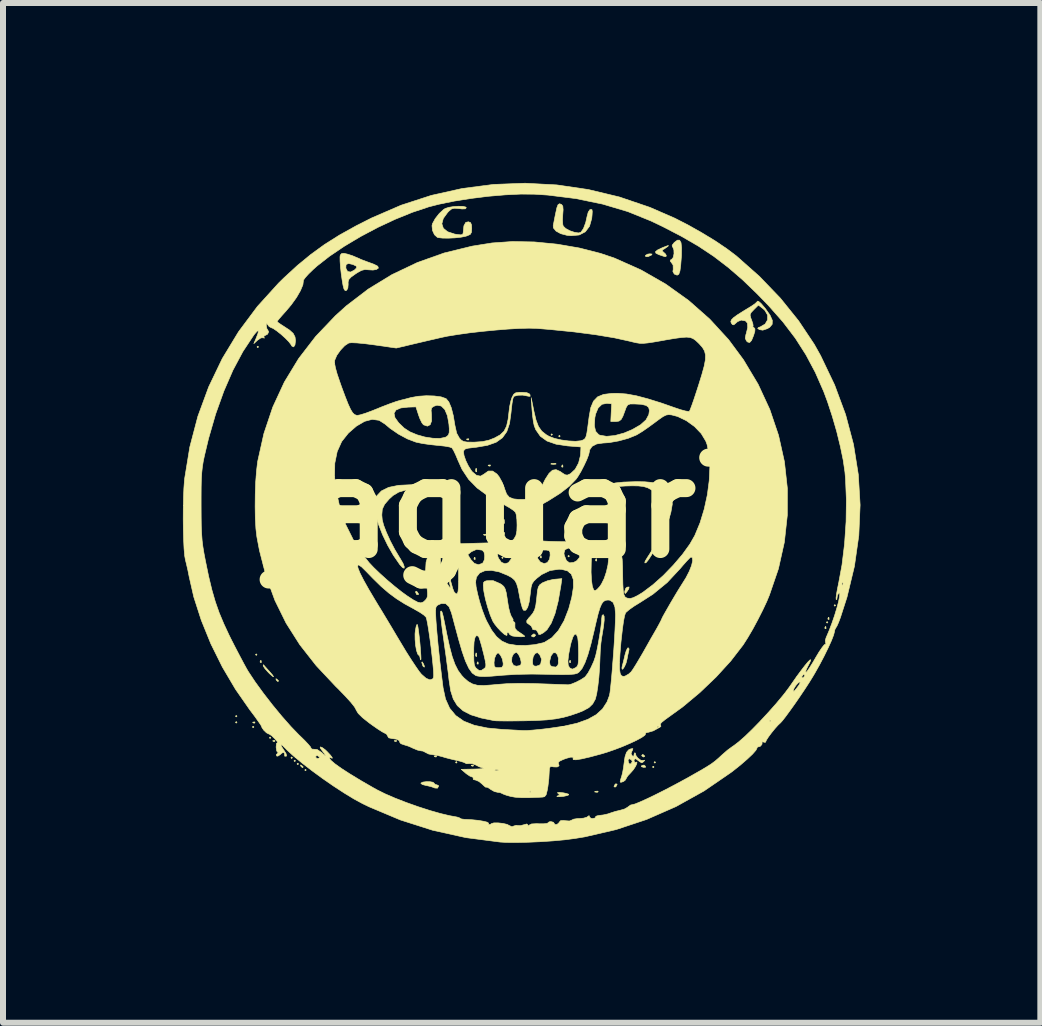
<source format=kicad_pcb>
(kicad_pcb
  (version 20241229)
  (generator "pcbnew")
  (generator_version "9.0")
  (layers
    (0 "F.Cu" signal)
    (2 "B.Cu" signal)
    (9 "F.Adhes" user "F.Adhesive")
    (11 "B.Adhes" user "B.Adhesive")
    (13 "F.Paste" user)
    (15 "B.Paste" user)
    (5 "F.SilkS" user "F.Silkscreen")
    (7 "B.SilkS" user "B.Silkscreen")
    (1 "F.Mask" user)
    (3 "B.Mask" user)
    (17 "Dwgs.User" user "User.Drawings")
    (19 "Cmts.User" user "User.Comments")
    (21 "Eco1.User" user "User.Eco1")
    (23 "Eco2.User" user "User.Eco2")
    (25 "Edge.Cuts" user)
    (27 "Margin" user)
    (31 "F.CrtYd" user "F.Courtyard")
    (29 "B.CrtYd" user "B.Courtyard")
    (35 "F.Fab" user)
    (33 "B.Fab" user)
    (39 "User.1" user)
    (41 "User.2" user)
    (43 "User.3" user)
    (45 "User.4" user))
  (footprint "jaguar3"
    (layer "F.Cu")
    (at 5.674 5.415)
    (property "Reference" "jaguar3" (at 0 0 0) (layer "F.SilkS") (effects (font (size 1.524 1.524) (thickness 0.3))))
    (attr through_hole)
    (fp_poly (pts (xy -4.772 3.476) (xy -4.785 3.489) (xy -4.798 3.476) (xy -4.785 3.464) (xy -4.772 3.476)) (stroke (width 0.01) (type solid)) (fill yes) (layer "F.SilkS"))
    (fp_poly (pts (xy -4.772 3.579) (xy -4.785 3.592) (xy -4.798 3.579) (xy -4.785 3.566) (xy -4.772 3.579)) (stroke (width 0.01) (type solid)) (fill yes) (layer "F.SilkS"))
    (fp_poly (pts (xy -4.49 3.656) (xy -4.503 3.669) (xy -4.516 3.656) (xy -4.503 3.643) (xy -4.49 3.656)) (stroke (width 0.01) (type solid)) (fill yes) (layer "F.SilkS"))
    (fp_poly (pts (xy -4.439 2.45) (xy -4.451 2.463) (xy -4.464 2.45) (xy -4.451 2.437) (xy -4.439 2.45)) (stroke (width 0.01) (type solid)) (fill yes) (layer "F.SilkS"))
    (fp_poly (pts (xy -4.413 -2.681) (xy -4.426 -2.668) (xy -4.439 -2.681) (xy -4.426 -2.694) (xy -4.413 -2.681)) (stroke (width 0.01) (type solid)) (fill yes) (layer "F.SilkS"))
    (fp_poly (pts (xy -4.208 3.836) (xy -4.221 3.848) (xy -4.233 3.836) (xy -4.221 3.823) (xy -4.208 3.836)) (stroke (width 0.01) (type solid)) (fill yes) (layer "F.SilkS"))
    (fp_poly (pts (xy -3.848 4.169) (xy -3.861 4.182) (xy -3.874 4.169) (xy -3.861 4.156) (xy -3.848 4.169)) (stroke (width 0.01) (type solid)) (fill yes) (layer "F.SilkS"))
    (fp_poly (pts (xy -3.797 4.221) (xy -3.81 4.233) (xy -3.823 4.221) (xy -3.81 4.208) (xy -3.797 4.221)) (stroke (width 0.01) (type solid)) (fill yes) (layer "F.SilkS"))
    (fp_poly (pts (xy -3.746 4.272) (xy -3.759 4.285) (xy -3.772 4.272) (xy -3.759 4.259) (xy -3.746 4.272)) (stroke (width 0.01) (type solid)) (fill yes) (layer "F.SilkS"))
    (fp_poly (pts (xy -3.618 4.374) (xy -3.63 4.387) (xy -3.643 4.374) (xy -3.63 4.362) (xy -3.618 4.374)) (stroke (width 0.01) (type solid)) (fill yes) (layer "F.SilkS"))
    (fp_poly (pts (xy -1.616 0.654) (xy -1.629 0.667) (xy -1.642 0.654) (xy -1.629 0.641) (xy -1.616 0.654)) (stroke (width 0.01) (type solid)) (fill yes) (layer "F.SilkS"))
    (fp_poly (pts (xy -1.103 4.246) (xy -1.116 4.259) (xy -1.129 4.246) (xy -1.116 4.233) (xy -1.103 4.246)) (stroke (width 0.01) (type solid)) (fill yes) (layer "F.SilkS"))
    (fp_poly (pts (xy -0.487 0.423) (xy -0.5 0.436) (xy -0.513 0.423) (xy -0.5 0.411) (xy -0.487 0.423)) (stroke (width 0.01) (type solid)) (fill yes) (layer "F.SilkS"))
    (fp_poly (pts (xy -0.334 0.834) (xy -0.346 0.847) (xy -0.359 0.834) (xy -0.346 0.821) (xy -0.334 0.834)) (stroke (width 0.01) (type solid)) (fill yes) (layer "F.SilkS"))
    (fp_poly (pts (xy 0.257 0.398) (xy 0.244 0.411) (xy 0.231 0.398) (xy 0.244 0.385) (xy 0.257 0.398)) (stroke (width 0.01) (type solid)) (fill yes) (layer "F.SilkS"))
    (fp_poly (pts (xy 0.487 -1.219) (xy 0.475 -1.206) (xy 0.462 -1.219) (xy 0.475 -1.232) (xy 0.487 -1.219)) (stroke (width 0.01) (type solid)) (fill yes) (layer "F.SilkS"))
    (fp_poly (pts (xy 0.616 -1.193) (xy 0.603 -1.18) (xy 0.59 -1.193) (xy 0.603 -1.206) (xy 0.616 -1.193)) (stroke (width 0.01) (type solid)) (fill yes) (layer "F.SilkS"))
    (fp_poly (pts (xy 0.77 0.808) (xy 0.757 0.821) (xy 0.744 0.808) (xy 0.757 0.795) (xy 0.77 0.808)) (stroke (width 0.01) (type solid)) (fill yes) (layer "F.SilkS"))
    (fp_poly (pts (xy 2.181 4.323) (xy 2.168 4.336) (xy 2.155 4.323) (xy 2.168 4.31) (xy 2.181 4.323)) (stroke (width 0.01) (type solid)) (fill yes) (layer "F.SilkS"))
    (fp_poly (pts (xy 2.206 4.246) (xy 2.194 4.259) (xy 2.181 4.246) (xy 2.194 4.233) (xy 2.206 4.246)) (stroke (width 0.01) (type solid)) (fill yes) (layer "F.SilkS"))
    (fp_poly (pts (xy 5.08 1.911) (xy 5.067 1.924) (xy 5.054 1.911) (xy 5.067 1.899) (xy 5.08 1.911)) (stroke (width 0.01) (type solid)) (fill yes) (layer "F.SilkS"))
    (fp_poly (pts (xy 5.208 1.629) (xy 5.195 1.642) (xy 5.183 1.629) (xy 5.195 1.616) (xy 5.208 1.629)) (stroke (width 0.01) (type solid)) (fill yes) (layer "F.SilkS"))
    (fp_poly (pts (xy -4.473 3.575) (xy -4.476 3.59) (xy -4.49 3.592) (xy -4.511 3.583) (xy -4.507 3.575) (xy -4.477 3.572) (xy -4.473 3.575)) (stroke (width 0.01) (type solid)) (fill yes) (layer "F.SilkS"))
    (fp_poly (pts (xy -4.37 2.549) (xy -4.367 2.579) (xy -4.37 2.583) (xy -4.385 2.579) (xy -4.387 2.566) (xy -4.378 2.545) (xy -4.37 2.549)) (stroke (width 0.01) (type solid)) (fill yes) (layer "F.SilkS"))
    (fp_poly (pts (xy -4.139 3.883) (xy -4.143 3.898) (xy -4.156 3.9) (xy -4.177 3.89) (xy -4.173 3.883) (xy -4.143 3.88) (xy -4.139 3.883)) (stroke (width 0.01) (type solid)) (fill yes) (layer "F.SilkS"))
    (fp_poly (pts (xy -2.112 3.883) (xy -2.116 3.898) (xy -2.129 3.9) (xy -2.151 3.89) (xy -2.147 3.883) (xy -2.116 3.88) (xy -2.112 3.883)) (stroke (width 0.01) (type solid)) (fill yes) (layer "F.SilkS"))
    (fp_poly (pts (xy -1.497 0.547) (xy -1.5 0.563) (xy -1.514 0.564) (xy -1.535 0.555) (xy -1.531 0.547) (xy -1.5 0.544) (xy -1.497 0.547)) (stroke (width 0.01) (type solid)) (fill yes) (layer "F.SilkS"))
    (fp_poly (pts (xy -1.445 4.139) (xy -1.449 4.155) (xy -1.462 4.156) (xy -1.484 4.147) (xy -1.48 4.139) (xy -1.449 4.136) (xy -1.445 4.139)) (stroke (width 0.01) (type solid)) (fill yes) (layer "F.SilkS"))
    (fp_poly (pts (xy -0.907 -1.146) (xy -0.91 -1.131) (xy -0.924 -1.129) (xy -0.945 -1.138) (xy -0.941 -1.146) (xy -0.91 -1.149) (xy -0.907 -1.146)) (stroke (width 0.01) (type solid)) (fill yes) (layer "F.SilkS"))
    (fp_poly (pts (xy -0.83 4.293) (xy -0.833 4.308) (xy -0.847 4.31) (xy -0.868 4.301) (xy -0.864 4.293) (xy -0.833 4.29) (xy -0.83 4.293)) (stroke (width 0.01) (type solid)) (fill yes) (layer "F.SilkS"))
    (fp_poly (pts (xy -0.804 0.83) (xy -0.801 0.86) (xy -0.804 0.864) (xy -0.819 0.86) (xy -0.821 0.847) (xy -0.812 0.826) (xy -0.804 0.83)) (stroke (width 0.01) (type solid)) (fill yes) (layer "F.SilkS"))
    (fp_poly (pts (xy -0.778 -0.646) (xy -0.775 -0.606) (xy -0.78 -0.597) (xy -0.792 -0.605) (xy -0.793 -0.631) (xy -0.787 -0.658) (xy -0.778 -0.646)) (stroke (width 0.01) (type solid)) (fill yes) (layer "F.SilkS"))
    (fp_poly (pts (xy -0.778 2.433) (xy -0.775 2.473) (xy -0.78 2.482) (xy -0.792 2.474) (xy -0.793 2.448) (xy -0.787 2.421) (xy -0.778 2.433)) (stroke (width 0.01) (type solid)) (fill yes) (layer "F.SilkS"))
    (fp_poly (pts (xy -0.753 2.574) (xy -0.75 2.605) (xy -0.753 2.608) (xy -0.768 2.605) (xy -0.77 2.591) (xy -0.76 2.57) (xy -0.753 2.574)) (stroke (width 0.01) (type solid)) (fill yes) (layer "F.SilkS"))
    (fp_poly (pts (xy -0.624 0.445) (xy -0.628 0.46) (xy -0.641 0.462) (xy -0.663 0.452) (xy -0.659 0.445) (xy -0.628 0.442) (xy -0.624 0.445)) (stroke (width 0.01) (type solid)) (fill yes) (layer "F.SilkS"))
    (fp_poly (pts (xy -0.547 -0.71) (xy -0.551 -0.695) (xy -0.564 -0.693) (xy -0.586 -0.702) (xy -0.582 -0.71) (xy -0.551 -0.713) (xy -0.547 -0.71)) (stroke (width 0.01) (type solid)) (fill yes) (layer "F.SilkS"))
    (fp_poly (pts (xy -0.317 0.199) (xy -0.313 0.251) (xy -0.317 0.263) (xy -0.326 0.266) (xy -0.329 0.231) (xy -0.325 0.194) (xy -0.317 0.199)) (stroke (width 0.01) (type solid)) (fill yes) (layer "F.SilkS"))
    (fp_poly (pts (xy 0.248 0.214) (xy 0.251 0.244) (xy 0.248 0.248) (xy 0.233 0.244) (xy 0.231 0.231) (xy 0.24 0.21) (xy 0.248 0.214)) (stroke (width 0.01) (type solid)) (fill yes) (layer "F.SilkS"))
    (fp_poly (pts (xy 0.299 0.804) (xy 0.302 0.834) (xy 0.299 0.838) (xy 0.284 0.835) (xy 0.282 0.821) (xy 0.292 0.8) (xy 0.299 0.804)) (stroke (width 0.01) (type solid)) (fill yes) (layer "F.SilkS"))
    (fp_poly (pts (xy 0.659 -0.71) (xy 0.662 -0.679) (xy 0.659 -0.676) (xy 0.643 -0.679) (xy 0.641 -0.693) (xy 0.651 -0.714) (xy 0.659 -0.71)) (stroke (width 0.01) (type solid)) (fill yes) (layer "F.SilkS"))
    (fp_poly (pts (xy 0.787 2.549) (xy 0.79 2.579) (xy 0.787 2.583) (xy 0.772 2.579) (xy 0.77 2.566) (xy 0.779 2.545) (xy 0.787 2.549)) (stroke (width 0.01) (type solid)) (fill yes) (layer "F.SilkS"))
    (fp_poly (pts (xy 1.223 0.855) (xy 1.226 0.886) (xy 1.223 0.889) (xy 1.208 0.886) (xy 1.206 0.872) (xy 1.215 0.851) (xy 1.223 0.855)) (stroke (width 0.01) (type solid)) (fill yes) (layer "F.SilkS"))
    (fp_poly (pts (xy 1.25 4.731) (xy 1.243 4.743) (xy 1.217 4.744) (xy 1.189 4.738) (xy 1.201 4.729) (xy 1.241 4.726) (xy 1.25 4.731)) (stroke (width 0.01) (type solid)) (fill yes) (layer "F.SilkS"))
    (fp_poly (pts (xy 1.481 0.523) (xy 1.473 0.535) (xy 1.447 0.537) (xy 1.42 0.53) (xy 1.432 0.521) (xy 1.472 0.518) (xy 1.481 0.523)) (stroke (width 0.01) (type solid)) (fill yes) (layer "F.SilkS"))
    (fp_poly (pts (xy 1.582 0.547) (xy 1.579 0.563) (xy 1.565 0.564) (xy 1.544 0.555) (xy 1.548 0.547) (xy 1.578 0.544) (xy 1.582 0.547)) (stroke (width 0.01) (type solid)) (fill yes) (layer "F.SilkS"))
    (fp_poly (pts (xy 5.046 1.984) (xy 5.049 2.015) (xy 5.046 2.018) (xy 5.031 2.015) (xy 5.029 2.001) (xy 5.038 1.98) (xy 5.046 1.984)) (stroke (width 0.01) (type solid)) (fill yes) (layer "F.SilkS"))
    (fp_poly (pts (xy 5.097 1.83) (xy 5.1 1.861) (xy 5.097 1.864) (xy 5.082 1.861) (xy 5.08 1.847) (xy 5.089 1.826) (xy 5.097 1.83)) (stroke (width 0.01) (type solid)) (fill yes) (layer "F.SilkS"))
    (fp_poly (pts (xy -4.109 2.858) (xy -4.081 2.884) (xy -4.087 2.899) (xy -4.091 2.899) (xy -4.112 2.881) (xy -4.12 2.87) (xy -4.123 2.852) (xy -4.109 2.858)) (stroke (width 0.01) (type solid)) (fill yes) (layer "F.SilkS"))
    (fp_poly (pts (xy -3.699 4.295) (xy -3.671 4.319) (xy -3.669 4.325) (xy -3.681 4.335) (xy -3.706 4.312) (xy -3.71 4.306) (xy -3.713 4.289) (xy -3.699 4.295)) (stroke (width 0.01) (type solid)) (fill yes) (layer "F.SilkS"))
    (fp_poly (pts (xy -1.665 2.6) (xy -1.648 2.642) (xy -1.649 2.658) (xy -1.667 2.649) (xy -1.677 2.629) (xy -1.692 2.58) (xy -1.686 2.57) (xy -1.665 2.6)) (stroke (width 0.01) (type solid)) (fill yes) (layer "F.SilkS"))
    (fp_poly (pts (xy 2.031 4.304) (xy 2.042 4.326) (xy 2.009 4.329) (xy 2.005 4.329) (xy 1.969 4.318) (xy 1.976 4.3) (xy 2.013 4.291) (xy 2.031 4.304)) (stroke (width 0.01) (type solid)) (fill yes) (layer "F.SilkS"))
    (fp_poly (pts (xy -1.766 1.406) (xy -1.746 1.438) (xy -1.748 1.449) (xy -1.775 1.448) (xy -1.779 1.445) (xy -1.796 1.406) (xy -1.796 1.402) (xy -1.783 1.392) (xy -1.766 1.406)) (stroke (width 0.01) (type solid)) (fill yes) (layer "F.SilkS"))
    (fp_poly (pts (xy -1.257 0.911) (xy -1.233 0.934) (xy -1.232 0.938) (xy -1.251 0.949) (xy -1.257 0.949) (xy -1.282 0.93) (xy -1.283 0.922) (xy -1.267 0.907) (xy -1.257 0.911)) (stroke (width 0.01) (type solid)) (fill yes) (layer "F.SilkS"))
    (fp_poly (pts (xy 0.205 2.123) (xy 0.205 2.129) (xy 0.184 2.152) (xy 0.165 2.155) (xy 0.139 2.143) (xy 0.141 2.129) (xy 0.174 2.105) (xy 0.181 2.104) (xy 0.205 2.123)) (stroke (width 0.01) (type solid)) (fill yes) (layer "F.SilkS"))
    (fp_poly (pts (xy 0.546 -0.735) (xy 0.547 -0.727) (xy 0.506 -0.723) (xy 0.5 -0.723) (xy 0.461 -0.727) (xy 0.464 -0.735) (xy 0.469 -0.736) (xy 0.525 -0.74) (xy 0.546 -0.735)) (stroke (width 0.01) (type solid)) (fill yes) (layer "F.SilkS"))
    (fp_poly (pts (xy 1.563 4.607) (xy 1.565 4.615) (xy 1.546 4.651) (xy 1.539 4.657) (xy 1.516 4.655) (xy 1.514 4.647) (xy 1.532 4.611) (xy 1.539 4.605) (xy 1.563 4.607)) (stroke (width 0.01) (type solid)) (fill yes) (layer "F.SilkS"))
    (fp_poly (pts (xy 1.659 0.606) (xy 1.655 0.616) (xy 1.632 0.64) (xy 1.628 0.641) (xy 1.617 0.622) (xy 1.616 0.616) (xy 1.636 0.591) (xy 1.644 0.59) (xy 1.659 0.606)) (stroke (width 0.01) (type solid)) (fill yes) (layer "F.SilkS"))
    (fp_poly (pts (xy 1.76 1.352) (xy 1.731 1.397) (xy 1.703 1.431) (xy 1.694 1.423) (xy 1.693 1.393) (xy 1.71 1.343) (xy 1.732 1.325) (xy 1.765 1.322) (xy 1.76 1.352)) (stroke (width 0.01) (type solid)) (fill yes) (layer "F.SilkS"))
    (fp_poly (pts (xy 2.001 4.118) (xy 2.026 4.141) (xy 2.027 4.145) (xy 2.007 4.156) (xy 2.001 4.156) (xy 1.977 4.137) (xy 1.976 4.129) (xy 1.991 4.114) (xy 2.001 4.118)) (stroke (width 0.01) (type solid)) (fill yes) (layer "F.SilkS"))
    (fp_poly (pts (xy -0.312 0.416) (xy -0.309 0.441) (xy -0.332 0.457) (xy -0.394 0.474) (xy -0.398 0.475) (xy -0.475 0.492) (xy -0.398 0.442) (xy -0.345 0.416) (xy -0.314 0.413) (xy -0.312 0.416)) (stroke (width 0.01) (type solid)) (fill yes) (layer "F.SilkS"))
    (fp_poly (pts (xy 2.148 -4.229) (xy 2.138 -4.213) (xy 2.129 -4.208) (xy 2.082 -4.187) (xy 2.045 -4.185) (xy 2.037 -4.203) (xy 2.04 -4.208) (xy 2.075 -4.228) (xy 2.112 -4.233) (xy 2.148 -4.229)) (stroke (width 0.01) (type solid)) (fill yes) (layer "F.SilkS"))
    (fp_poly (pts (xy -4.33 2.619) (xy -4.31 2.643) (xy -4.267 2.691) (xy -4.235 2.726) (xy -4.18 2.79) (xy -4.162 2.819) (xy -4.18 2.811) (xy -4.23 2.767) (xy -4.256 2.74) (xy -4.305 2.685) (xy -4.333 2.643) (xy -4.336 2.633) (xy -4.331 2.617) (xy -4.33 2.619)) (stroke (width 0.01) (type solid)) (fill yes) (layer "F.SilkS"))
    (fp_poly (pts (xy 0.669 4.754) (xy 0.717 4.764) (xy 0.759 4.778) (xy 0.755 4.79) (xy 0.73 4.8) (xy 0.667 4.814) (xy 0.603 4.819) (xy 0.561 4.815) (xy 0.567 4.807) (xy 0.575 4.805) (xy 0.606 4.791) (xy 0.59 4.772) (xy 0.587 4.77) (xy 0.57 4.752) (xy 0.599 4.747) (xy 0.603 4.747) (xy 0.669 4.754)) (stroke (width 0.01) (type solid)) (fill yes) (layer "F.SilkS"))
    (fp_poly (pts (xy 1.765 2.355) (xy 1.759 2.392) (xy 1.742 2.464) (xy 1.732 2.52) (xy 1.715 2.589) (xy 1.688 2.651) (xy 1.661 2.69) (xy 1.651 2.694) (xy 1.645 2.673) (xy 1.652 2.636) (xy 1.668 2.576) (xy 1.688 2.493) (xy 1.696 2.457) (xy 1.717 2.386) (xy 1.739 2.342) (xy 1.75 2.335) (xy 1.765 2.355)) (stroke (width 0.01) (type solid)) (fill yes) (layer "F.SilkS"))
    (fp_poly (pts (xy -1.553 4.569) (xy -1.504 4.578) (xy -1.488 4.593) (xy -1.467 4.615) (xy -1.45 4.618) (xy -1.415 4.631) (xy -1.411 4.642) (xy -1.429 4.676) (xy -1.474 4.674) (xy -1.488 4.668) (xy -1.538 4.65) (xy -1.611 4.633) (xy -1.623 4.631) (xy -1.681 4.616) (xy -1.706 4.597) (xy -1.705 4.591) (xy -1.673 4.575) (xy -1.616 4.568) (xy -1.553 4.569)) (stroke (width 0.01) (type solid)) (fill yes) (layer "F.SilkS"))
    (fp_poly (pts (xy 2.403 -4.35) (xy 2.402 -4.35) (xy 2.352 -4.315) (xy 2.325 -4.3) (xy 2.318 -4.28) (xy 2.341 -4.259) (xy 2.375 -4.227) (xy 2.387 -4.196) (xy 2.369 -4.185) (xy 2.367 -4.185) (xy 2.332 -4.195) (xy 2.271 -4.216) (xy 2.262 -4.219) (xy 2.213 -4.243) (xy 2.204 -4.267) (xy 2.238 -4.296) (xy 2.318 -4.334) (xy 2.348 -4.346) (xy 2.406 -4.368) (xy 2.423 -4.369) (xy 2.403 -4.35)) (stroke (width 0.01) (type solid)) (fill yes) (layer "F.SilkS"))
    (fp_poly (pts (xy -1.764 1.95) (xy -1.755 1.992) (xy -1.744 2.069) (xy -1.732 2.167) (xy -1.721 2.274) (xy -1.713 2.377) (xy -1.707 2.463) (xy -1.705 2.521) (xy -1.708 2.537) (xy -1.717 2.527) (xy -1.719 2.506) (xy -1.729 2.469) (xy -1.739 2.463) (xy -1.76 2.44) (xy -1.78 2.378) (xy -1.795 2.293) (xy -1.803 2.196) (xy -1.804 2.103) (xy -1.799 2.053) (xy -1.786 1.983) (xy -1.773 1.948) (xy -1.764 1.95)) (stroke (width 0.01) (type solid)) (fill yes) (layer "F.SilkS"))
    (fp_poly (pts (xy 2.607 -4.461) (xy 2.631 -4.419) (xy 2.64 -4.334) (xy 2.638 -4.203) (xy 2.626 -4.047) (xy 2.613 -3.947) (xy 2.594 -3.893) (xy 2.566 -3.877) (xy 2.523 -3.894) (xy 2.518 -3.897) (xy 2.495 -3.939) (xy 2.501 -3.975) (xy 2.499 -4.045) (xy 2.477 -4.078) (xy 2.45 -4.114) (xy 2.459 -4.133) (xy 2.475 -4.14) (xy 2.501 -4.173) (xy 2.514 -4.234) (xy 2.512 -4.298) (xy 2.494 -4.344) (xy 2.487 -4.35) (xy 2.483 -4.377) (xy 2.519 -4.423) (xy 2.571 -4.461) (xy 2.607 -4.461)) (stroke (width 0.01) (type solid)) (fill yes) (layer "F.SilkS"))
    (fp_poly (pts (xy 0.627 1.304) (xy 0.583 1.558) (xy 0.53 1.766) (xy 0.467 1.925) (xy 0.396 2.035) (xy 0.337 2.085) (xy 0.285 2.113) (xy 0.26 2.114) (xy 0.246 2.084) (xy 0.243 2.077) (xy 0.216 2.038) (xy 0.19 2.037) (xy 0.159 2.031) (xy 0.154 2.014) (xy 0.134 1.974) (xy 0.103 1.95) (xy 0.061 1.919) (xy 0.058 1.885) (xy 0.096 1.834) (xy 0.111 1.819) (xy 0.158 1.763) (xy 0.19 1.704) (xy 0.21 1.626) (xy 0.224 1.515) (xy 0.228 1.477) (xy 0.238 1.381) (xy 0.252 1.323) (xy 0.275 1.286) (xy 0.315 1.257) (xy 0.326 1.25) (xy 0.405 1.218) (xy 0.501 1.196) (xy 0.526 1.193) (xy 0.644 1.183) (xy 0.627 1.304)) (stroke (width 0.01) (type solid)) (fill yes) (layer "F.SilkS"))
    (fp_poly (pts (xy 0.64 -5.055) (xy 0.66 -5.026) (xy 0.665 -4.966) (xy 0.659 -4.886) (xy 0.655 -4.797) (xy 0.659 -4.725) (xy 0.667 -4.695) (xy 0.708 -4.655) (xy 0.776 -4.618) (xy 0.853 -4.592) (xy 0.921 -4.581) (xy 0.96 -4.591) (xy 1.004 -4.653) (xy 1.042 -4.755) (xy 1.064 -4.855) (xy 1.084 -4.929) (xy 1.113 -4.971) (xy 1.143 -4.971) (xy 1.146 -4.969) (xy 1.151 -4.938) (xy 1.147 -4.873) (xy 1.142 -4.823) (xy 1.105 -4.692) (xy 1.035 -4.6) (xy 0.933 -4.547) (xy 0.798 -4.535) (xy 0.731 -4.541) (xy 0.625 -4.569) (xy 0.547 -4.612) (xy 0.503 -4.665) (xy 0.5 -4.704) (xy 0.511 -4.76) (xy 0.527 -4.843) (xy 0.54 -4.906) (xy 0.561 -5.002) (xy 0.581 -5.053) (xy 0.606 -5.068) (xy 0.64 -5.055)) (stroke (width 0.01) (type solid)) (fill yes) (layer "F.SilkS"))
    (fp_poly (pts (xy -1.865 -0.383) (xy -1.702 -0.377) (xy -1.571 -0.364) (xy -1.476 -0.346) (xy -1.424 -0.324) (xy -1.417 -0.314) (xy -1.423 -0.299) (xy -1.456 -0.291) (xy -1.524 -0.291) (xy -1.636 -0.297) (xy -1.651 -0.298) (xy -1.828 -0.304) (xy -1.966 -0.292) (xy -2.076 -0.26) (xy -2.17 -0.204) (xy -2.235 -0.145) (xy -2.311 -0.057) (xy -2.35 0.025) (xy -2.358 0.121) (xy -2.351 0.201) (xy -2.328 0.291) (xy -2.282 0.411) (xy -2.219 0.549) (xy -2.144 0.693) (xy -2.063 0.829) (xy -2.049 0.851) (xy -2.004 0.929) (xy -1.984 0.983) (xy -1.986 1.009) (xy -2.01 1) (xy -2.056 0.951) (xy -2.061 0.944) (xy -2.165 0.793) (xy -2.261 0.625) (xy -2.345 0.451) (xy -2.412 0.281) (xy -2.459 0.124) (xy -2.482 -0.009) (xy -2.481 -0.084) (xy -2.444 -0.195) (xy -2.365 -0.279) (xy -2.244 -0.339) (xy -2.079 -0.373) (xy -1.87 -0.383) (xy -1.865 -0.383)) (stroke (width 0.01) (type solid)) (fill yes) (layer "F.SilkS"))
    (fp_poly (pts (xy -1.005 -5.024) (xy -0.959 -5.013) (xy -0.949 -5.002) (xy -0.966 -4.983) (xy -1.021 -4.981) (xy -1.067 -4.987) (xy -1.144 -4.993) (xy -1.194 -4.982) (xy -1.24 -4.944) (xy -1.26 -4.923) (xy -1.333 -4.823) (xy -1.357 -4.734) (xy -1.332 -4.659) (xy -1.261 -4.601) (xy -1.143 -4.562) (xy -1.11 -4.557) (xy -1.041 -4.549) (xy -1.01 -4.557) (xy -1.001 -4.584) (xy -1 -4.599) (xy -0.989 -4.701) (xy -0.958 -4.757) (xy -0.914 -4.767) (xy -0.878 -4.753) (xy -0.862 -4.714) (xy -0.859 -4.657) (xy -0.863 -4.592) (xy -0.884 -4.556) (xy -0.936 -4.533) (xy -0.962 -4.525) (xy -1.038 -4.51) (xy -1.138 -4.499) (xy -1.246 -4.494) (xy -1.344 -4.495) (xy -1.415 -4.503) (xy -1.431 -4.507) (xy -1.48 -4.551) (xy -1.513 -4.623) (xy -1.521 -4.702) (xy -1.513 -4.736) (xy -1.467 -4.82) (xy -1.4 -4.905) (xy -1.329 -4.971) (xy -1.3 -4.989) (xy -1.24 -5.008) (xy -1.161 -5.021) (xy -1.078 -5.026) (xy -1.005 -5.024)) (stroke (width 0.01) (type solid)) (fill yes) (layer "F.SilkS"))
    (fp_poly (pts (xy -2.931 -4.228) (xy -2.847 -4.201) (xy -2.772 -4.169) (xy -2.766 -4.167) (xy -2.7 -4.137) (xy -2.613 -4.104) (xy -2.574 -4.09) (xy -2.497 -4.062) (xy -2.441 -4.035) (xy -2.425 -4.025) (xy -2.415 -3.995) (xy -2.446 -3.973) (xy -2.505 -3.962) (xy -2.574 -3.966) (xy -2.639 -3.971) (xy -2.696 -3.957) (xy -2.767 -3.918) (xy -2.8 -3.896) (xy -2.871 -3.845) (xy -2.908 -3.805) (xy -2.92 -3.764) (xy -2.919 -3.723) (xy -2.924 -3.663) (xy -2.944 -3.625) (xy -2.969 -3.619) (xy -2.989 -3.648) (xy -3.005 -3.709) (xy -3.02 -3.799) (xy -3.035 -3.905) (xy -3.045 -3.996) (xy -2.958 -3.996) (xy -2.957 -3.992) (xy -2.929 -3.939) (xy -2.879 -3.929) (xy -2.816 -3.961) (xy -2.777 -3.999) (xy -2.784 -4.028) (xy -2.839 -4.055) (xy -2.839 -4.055) (xy -2.914 -4.072) (xy -2.954 -4.053) (xy -2.958 -3.996) (xy -3.045 -3.996) (xy -3.047 -4.014) (xy -3.054 -4.111) (xy -3.055 -4.182) (xy -3.05 -4.212) (xy -3.027 -4.238) (xy -2.988 -4.241) (xy -2.931 -4.228)) (stroke (width 0.01) (type solid)) (fill yes) (layer "F.SilkS"))
    (fp_poly (pts (xy -0.388 1.265) (xy -0.358 1.284) (xy -0.324 1.314) (xy -0.301 1.355) (xy -0.283 1.419) (xy -0.267 1.518) (xy -0.262 1.554) (xy -0.244 1.664) (xy -0.221 1.755) (xy -0.199 1.813) (xy -0.193 1.821) (xy -0.169 1.861) (xy -0.171 1.881) (xy -0.168 1.897) (xy -0.158 1.899) (xy -0.138 1.92) (xy -0.139 1.962) (xy -0.137 2.011) (xy -0.102 2.052) (xy -0.062 2.079) (xy -0.007 2.116) (xy 0.024 2.141) (xy 0.026 2.144) (xy 0.003 2.151) (xy -0.05 2.152) (xy -0.116 2.148) (xy -0.175 2.14) (xy -0.186 2.137) (xy -0.224 2.116) (xy -0.231 2.102) (xy -0.251 2.079) (xy -0.258 2.078) (xy -0.273 2.094) (xy -0.269 2.104) (xy -0.271 2.127) (xy -0.281 2.129) (xy -0.315 2.111) (xy -0.368 2.064) (xy -0.426 2.003) (xy -0.477 1.939) (xy -0.508 1.89) (xy -0.551 1.787) (xy -0.594 1.656) (xy -0.631 1.521) (xy -0.655 1.402) (xy -0.66 1.368) (xy -0.666 1.289) (xy -0.661 1.247) (xy -0.639 1.227) (xy -0.608 1.218) (xy -0.502 1.216) (xy -0.388 1.265)) (stroke (width 0.01) (type solid)) (fill yes) (layer "F.SilkS"))
    (fp_poly (pts (xy 2.024 -0.432) (xy 2.135 -0.422) (xy 2.242 -0.402) (xy 2.36 -0.369) (xy 2.404 -0.359) (xy 2.406 -0.372) (xy 2.386 -0.4) (xy 2.361 -0.433) (xy 2.371 -0.431) (xy 2.393 -0.413) (xy 2.424 -0.381) (xy 2.427 -0.366) (xy 2.429 -0.338) (xy 2.447 -0.282) (xy 2.452 -0.268) (xy 2.481 -0.168) (xy 2.485 -0.057) (xy 2.462 0.076) (xy 2.435 0.17) (xy 2.403 0.262) (xy 2.358 0.369) (xy 2.305 0.483) (xy 2.247 0.597) (xy 2.189 0.704) (xy 2.134 0.797) (xy 2.087 0.869) (xy 2.051 0.913) (xy 2.03 0.922) (xy 2.027 0.908) (xy 2.04 0.88) (xy 2.074 0.824) (xy 2.105 0.777) (xy 2.208 0.608) (xy 2.278 0.45) (xy 2.321 0.285) (xy 2.331 0.223) (xy 2.347 0.063) (xy 2.338 -0.06) (xy 2.301 -0.156) (xy 2.232 -0.234) (xy 2.137 -0.299) (xy 2.07 -0.334) (xy 2.003 -0.354) (xy 1.92 -0.363) (xy 1.82 -0.365) (xy 1.706 -0.362) (xy 1.597 -0.355) (xy 1.516 -0.347) (xy 1.511 -0.346) (xy 1.444 -0.338) (xy 1.416 -0.345) (xy 1.417 -0.363) (xy 1.452 -0.391) (xy 1.537 -0.413) (xy 1.67 -0.427) (xy 1.849 -0.433) (xy 1.886 -0.434) (xy 2.024 -0.432)) (stroke (width 0.01) (type solid)) (fill yes) (layer "F.SilkS"))
    (fp_poly (pts (xy 1.824 4.04) (xy 1.814 4.056) (xy 1.798 4.103) (xy 1.816 4.135) (xy 1.841 4.151) (xy 1.847 4.12) (xy 1.847 4.119) (xy 1.855 4.088) (xy 1.867 4.09) (xy 1.877 4.112) (xy 1.874 4.114) (xy 1.88 4.133) (xy 1.91 4.173) (xy 1.96 4.211) (xy 1.999 4.214) (xy 2.025 4.21) (xy 2.01 4.232) (xy 2.008 4.234) (xy 1.977 4.254) (xy 1.941 4.235) (xy 1.929 4.225) (xy 1.878 4.187) (xy 1.853 4.192) (xy 1.847 4.222) (xy 1.861 4.248) (xy 1.876 4.244) (xy 1.896 4.242) (xy 1.893 4.27) (xy 1.871 4.316) (xy 1.836 4.369) (xy 1.794 4.417) (xy 1.793 4.418) (xy 1.746 4.468) (xy 1.72 4.507) (xy 1.719 4.513) (xy 1.699 4.545) (xy 1.668 4.567) (xy 1.626 4.58) (xy 1.616 4.569) (xy 1.625 4.528) (xy 1.64 4.482) (xy 1.656 4.422) (xy 1.672 4.334) (xy 1.68 4.271) (xy 1.689 4.207) (xy 1.748 4.207) (xy 1.755 4.249) (xy 1.776 4.278) (xy 1.802 4.263) (xy 1.818 4.228) (xy 1.802 4.203) (xy 1.766 4.185) (xy 1.748 4.207) (xy 1.689 4.207) (xy 1.697 4.154) (xy 1.722 4.079) (xy 1.758 4.037) (xy 1.794 4.021) (xy 1.828 4.017) (xy 1.824 4.04)) (stroke (width 0.01) (type solid)) (fill yes) (layer "F.SilkS"))
    (fp_poly (pts (xy 3.925 -3.44) (xy 3.967 -3.403) (xy 4.022 -3.339) (xy 4.036 -3.322) (xy 4.115 -3.21) (xy 4.153 -3.124) (xy 4.151 -3.058) (xy 4.109 -3.008) (xy 4.07 -2.985) (xy 3.994 -2.96) (xy 3.939 -2.969) (xy 3.937 -2.97) (xy 3.909 -2.99) (xy 3.923 -3.005) (xy 3.953 -3.015) (xy 4.033 -3.062) (xy 4.074 -3.132) (xy 4.074 -3.212) (xy 4.03 -3.289) (xy 4 -3.317) (xy 3.921 -3.378) (xy 3.845 -3.302) (xy 3.798 -3.252) (xy 3.782 -3.214) (xy 3.794 -3.164) (xy 3.808 -3.127) (xy 3.829 -3.066) (xy 3.833 -3.031) (xy 3.829 -3.027) (xy 3.829 -3.016) (xy 3.844 -3.005) (xy 3.863 -2.983) (xy 3.862 -2.943) (xy 3.841 -2.872) (xy 3.807 -2.789) (xy 3.775 -2.754) (xy 3.74 -2.763) (xy 3.721 -2.782) (xy 3.702 -2.826) (xy 3.713 -2.888) (xy 3.718 -2.902) (xy 3.743 -3.005) (xy 3.738 -3.078) (xy 3.705 -3.115) (xy 3.634 -3.128) (xy 3.574 -3.103) (xy 3.55 -3.082) (xy 3.511 -3.049) (xy 3.488 -3.053) (xy 3.468 -3.081) (xy 3.461 -3.105) (xy 3.472 -3.133) (xy 3.507 -3.169) (xy 3.572 -3.216) (xy 3.672 -3.279) (xy 3.802 -3.358) (xy 3.863 -3.4) (xy 3.901 -3.436) (xy 3.906 -3.444) (xy 3.925 -3.44)) (stroke (width 0.01) (type solid)) (fill yes) (layer "F.SilkS"))
    (fp_poly (pts (xy -1.359 1.73) (xy -1.348 1.758) (xy -1.334 1.813) (xy -1.315 1.903) (xy -1.289 2.032) (xy -1.275 2.104) (xy -1.229 2.314) (xy -1.185 2.481) (xy -1.138 2.612) (xy -1.086 2.715) (xy -1.025 2.798) (xy -0.988 2.838) (xy -0.917 2.899) (xy -0.845 2.939) (xy -0.763 2.961) (xy -0.658 2.965) (xy -0.519 2.955) (xy -0.45 2.948) (xy -0.279 2.935) (xy -0.069 2.929) (xy 0.172 2.932) (xy 0.256 2.935) (xy 0.405 2.94) (xy 0.539 2.945) (xy 0.649 2.949) (xy 0.724 2.952) (xy 0.753 2.953) (xy 0.806 2.94) (xy 0.882 2.909) (xy 0.961 2.868) (xy 1.024 2.827) (xy 1.037 2.815) (xy 1.081 2.755) (xy 1.13 2.665) (xy 1.176 2.564) (xy 1.206 2.476) (xy 1.228 2.381) (xy 1.252 2.26) (xy 1.274 2.13) (xy 1.293 2.007) (xy 1.305 1.905) (xy 1.308 1.852) (xy 1.315 1.796) (xy 1.334 1.783) (xy 1.335 1.784) (xy 1.349 1.812) (xy 1.35 1.875) (xy 1.339 1.978) (xy 1.315 2.125) (xy 1.307 2.168) (xy 1.295 2.259) (xy 1.285 2.376) (xy 1.28 2.496) (xy 1.28 2.502) (xy 1.273 2.667) (xy 1.261 2.83) (xy 1.244 2.979) (xy 1.225 3.101) (xy 1.204 3.186) (xy 1.201 3.194) (xy 1.158 3.272) (xy 1.095 3.333) (xy 0.998 3.386) (xy 0.927 3.415) (xy 0.794 3.461) (xy 0.669 3.496) (xy 0.54 3.521) (xy 0.394 3.538) (xy 0.219 3.548) (xy 0.026 3.553) (xy -0.125 3.555) (xy -0.263 3.556) (xy -0.376 3.555) (xy -0.455 3.553) (xy -0.487 3.55) (xy -0.703 3.506) (xy -0.873 3.453) (xy -1.003 3.386) (xy -1.099 3.3) (xy -1.166 3.19) (xy -1.21 3.052) (xy -1.236 2.879) (xy -1.237 2.876) (xy -1.248 2.775) (xy -1.266 2.637) (xy -1.287 2.477) (xy -1.311 2.308) (xy -1.326 2.2) (xy -1.347 2.053) (xy -1.363 1.924) (xy -1.374 1.821) (xy -1.379 1.753) (xy -1.377 1.728) (xy -1.368 1.722) (xy -1.359 1.73)) (stroke (width 0.01) (type solid)) (fill yes) (layer "F.SilkS"))
    (fp_poly (pts (xy 0.559 -5.382) (xy 1.084 -5.305) (xy 1.602 -5.181) (xy 2.111 -5.008) (xy 2.527 -4.827) (xy 2.753 -4.711) (xy 2.981 -4.582) (xy 3.2 -4.449) (xy 3.395 -4.317) (xy 3.553 -4.198) (xy 3.939 -3.856) (xy 4.287 -3.494) (xy 4.592 -3.115) (xy 4.852 -2.725) (xy 4.958 -2.536) (xy 5.192 -2.046) (xy 5.375 -1.552) (xy 5.507 -1.054) (xy 5.587 -0.551) (xy 5.617 -0.045) (xy 5.595 0.464) (xy 5.522 0.977) (xy 5.398 1.492) (xy 5.288 1.833) (xy 5.257 1.915) (xy 5.23 1.975) (xy 5.214 2) (xy 5.195 2.035) (xy 5.19 2.065) (xy 5.175 2.123) (xy 5.139 2.216) (xy 5.085 2.335) (xy 5.018 2.472) (xy 4.942 2.617) (xy 4.861 2.761) (xy 4.829 2.815) (xy 4.77 2.911) (xy 4.696 3.025) (xy 4.614 3.147) (xy 4.53 3.269) (xy 4.449 3.382) (xy 4.378 3.479) (xy 4.322 3.551) (xy 4.287 3.59) (xy 4.284 3.592) (xy 4.247 3.627) (xy 4.196 3.684) (xy 4.14 3.753) (xy 4.09 3.82) (xy 4.055 3.874) (xy 4.043 3.903) (xy 4.043 3.903) (xy 4.035 3.914) (xy 4.01 3.908) (xy 3.98 3.903) (xy 3.982 3.911) (xy 3.982 3.942) (xy 3.957 3.975) (xy 3.925 3.988) (xy 3.919 3.985) (xy 3.901 3.994) (xy 3.9 4.004) (xy 3.88 4.044) (xy 3.823 4.109) (xy 3.735 4.192) (xy 3.622 4.29) (xy 3.489 4.396) (xy 3.459 4.418) (xy 3.016 4.722) (xy 2.547 4.983) (xy 2.057 5.198) (xy 1.548 5.367) (xy 1.026 5.488) (xy 0.862 5.515) (xy 0.694 5.537) (xy 0.499 5.555) (xy 0.29 5.569) (xy 0.082 5.578) (xy -0.113 5.582) (xy -0.282 5.581) (xy -0.385 5.575) (xy -0.956 5.501) (xy -1.51 5.378) (xy -2.049 5.206) (xy -2.572 4.986) (xy -2.681 4.933) (xy -2.823 4.856) (xy -2.987 4.756) (xy -3.165 4.64) (xy -3.347 4.514) (xy -3.524 4.384) (xy -3.688 4.257) (xy -3.81 4.156) (xy -3.464 4.156) (xy -3.443 4.179) (xy -3.424 4.182) (xy -3.397 4.17) (xy -3.399 4.156) (xy -3.432 4.132) (xy -3.439 4.131) (xy -3.463 4.15) (xy -3.464 4.156) (xy -3.81 4.156) (xy -3.83 4.14) (xy -3.94 4.039) (xy -3.98 3.998) (xy -4.023 3.956) (xy -4.04 3.954) (xy -4.028 3.986) (xy -3.993 4.039) (xy -3.955 4.099) (xy -3.946 4.137) (xy -3.951 4.143) (xy -3.977 4.143) (xy -3.98 4.1) (xy -3.98 4.099) (xy -3.991 4.08) (xy -4.023 4.09) (xy -4.054 4.118) (xy -4.091 4.142) (xy -4.111 4.14) (xy -4.117 4.116) (xy -4.101 4.102) (xy -4.084 4.083) (xy -4.092 4.08) (xy -4.11 4.057) (xy -4.119 4.001) (xy -4.12 3.991) (xy -4.114 3.931) (xy -4.096 3.917) (xy -4.094 3.918) (xy -4.093 3.911) (xy -4.12 3.877) (xy -4.142 3.852) (xy -4.194 3.802) (xy -4.236 3.774) (xy -4.245 3.772) (xy -4.281 3.753) (xy -4.325 3.711) (xy -4.356 3.667) (xy -4.362 3.649) (xy -4.376 3.622) (xy -4.417 3.563) (xy -4.476 3.48) (xy -4.549 3.383) (xy -4.557 3.373) (xy -4.797 3.028) (xy -5.016 2.657) (xy -5.208 2.27) (xy -5.368 1.876) (xy -5.493 1.488) (xy -5.569 1.155) (xy -5.591 1.045) (xy -5.616 0.936) (xy -5.632 0.872) (xy -5.645 0.8) (xy -5.655 0.686) (xy -5.662 0.541) (xy -5.667 0.373) (xy -5.669 0.193) (xy -5.668 0.01) (xy -5.664 -0.166) (xy -5.664 -0.176) (xy -5.371 -0.176) (xy -5.371 -0.038) (xy -5.37 0.156) (xy -5.368 0.311) (xy -5.362 0.437) (xy -5.354 0.547) (xy -5.341 0.651) (xy -5.323 0.76) (xy -5.299 0.885) (xy -5.245 1.147) (xy -5.191 1.371) (xy -5.134 1.568) (xy -5.069 1.753) (xy -4.992 1.937) (xy -4.9 2.134) (xy -4.87 2.194) (xy -4.797 2.337) (xy -4.725 2.474) (xy -4.661 2.595) (xy -4.61 2.688) (xy -4.584 2.732) (xy -4.47 2.904) (xy -4.332 3.094) (xy -4.18 3.29) (xy -4.024 3.479) (xy -3.873 3.65) (xy -3.738 3.79) (xy -3.723 3.804) (xy -3.645 3.88) (xy -3.584 3.945) (xy -3.547 3.989) (xy -3.541 4.003) (xy -3.526 4.025) (xy -3.521 4.025) (xy -3.436 4.032) (xy -3.356 4.085) (xy -3.343 4.099) (xy -3.306 4.132) (xy -3.297 4.131) (xy -3.315 4.1) (xy -3.356 4.047) (xy -3.356 4.047) (xy -3.386 4.004) (xy -3.382 3.988) (xy -3.352 3.999) (xy -3.303 4.035) (xy -3.273 4.063) (xy -3.215 4.125) (xy -3.185 4.165) (xy -3.185 4.179) (xy -3.207 4.169) (xy -3.23 4.167) (xy -3.232 4.174) (xy -3.208 4.211) (xy -3.141 4.269) (xy -3.035 4.345) (xy -2.891 4.438) (xy -2.714 4.546) (xy -2.506 4.666) (xy -2.432 4.707) (xy -2.303 4.771) (xy -2.139 4.842) (xy -1.951 4.915) (xy -1.754 4.985) (xy -1.559 5.048) (xy -1.38 5.099) (xy -1.229 5.135) (xy -1.174 5.145) (xy -1.103 5.158) (xy -1.059 5.173) (xy -1.052 5.179) (xy -1.029 5.19) (xy -0.973 5.197) (xy -0.956 5.197) (xy -0.852 5.203) (xy -0.75 5.213) (xy -0.663 5.228) (xy -0.602 5.243) (xy -0.578 5.259) (xy -0.578 5.261) (xy -0.577 5.282) (xy -0.551 5.282) (xy -0.529 5.267) (xy -0.489 5.255) (xy -0.42 5.255) (xy -0.34 5.264) (xy -0.27 5.28) (xy -0.233 5.299) (xy -0.188 5.32) (xy -0.165 5.31) (xy -0.116 5.295) (xy -0.097 5.299) (xy -0.047 5.301) (xy 0.008 5.287) (xy 0.06 5.273) (xy 0.077 5.288) (xy 0.077 5.292) (xy 0.083 5.311) (xy 0.098 5.293) (xy 0.138 5.273) (xy 0.224 5.268) (xy 0.264 5.27) (xy 0.343 5.27) (xy 0.396 5.264) (xy 0.411 5.256) (xy 0.432 5.238) (xy 0.462 5.234) (xy 0.504 5.245) (xy 0.513 5.26) (xy 0.53 5.283) (xy 0.565 5.28) (xy 0.596 5.253) (xy 0.6 5.244) (xy 0.625 5.217) (xy 0.677 5.215) (xy 0.704 5.219) (xy 0.77 5.224) (xy 0.807 5.21) (xy 0.808 5.209) (xy 0.841 5.193) (xy 0.906 5.183) (xy 0.933 5.183) (xy 1.008 5.176) (xy 1.063 5.159) (xy 1.072 5.152) (xy 1.098 5.134) (xy 1.103 5.152) (xy 1.125 5.177) (xy 1.155 5.183) (xy 1.196 5.174) (xy 1.206 5.161) (xy 1.21 5.147) (xy 1.231 5.138) (xy 1.281 5.129) (xy 1.334 5.123) (xy 1.41 5.106) (xy 1.462 5.088) (xy 1.533 5.065) (xy 1.616 5.045) (xy 1.62 5.044) (xy 1.691 5.023) (xy 1.741 4.994) (xy 1.745 4.99) (xy 1.791 4.957) (xy 1.816 4.952) (xy 1.864 4.94) (xy 1.95 4.905) (xy 2.067 4.852) (xy 2.21 4.783) (xy 2.371 4.702) (xy 2.544 4.611) (xy 2.723 4.514) (xy 2.829 4.454) (xy 2.963 4.378) (xy 3.062 4.319) (xy 3.137 4.271) (xy 3.199 4.225) (xy 3.257 4.175) (xy 3.323 4.114) (xy 3.326 4.112) (xy 3.405 4.043) (xy 3.492 3.979) (xy 3.511 3.967) (xy 3.592 3.905) (xy 3.698 3.812) (xy 3.821 3.693) (xy 3.953 3.558) (xy 3.957 3.553) (xy 4.105 3.553) (xy 4.118 3.566) (xy 4.131 3.553) (xy 4.118 3.541) (xy 4.105 3.553) (xy 3.957 3.553) (xy 4.086 3.414) (xy 4.215 3.269) (xy 4.33 3.131) (xy 4.381 3.066) (xy 4.502 3.066) (xy 4.517 3.059) (xy 4.555 3.015) (xy 4.596 2.959) (xy 4.617 2.92) (xy 4.618 2.914) (xy 4.606 2.906) (xy 4.577 2.928) (xy 4.543 2.968) (xy 4.515 3.013) (xy 4.507 3.036) (xy 4.502 3.066) (xy 4.381 3.066) (xy 4.425 3.007) (xy 4.459 2.959) (xy 4.546 2.834) (xy 4.552 2.825) (xy 4.644 2.825) (xy 4.66 2.839) (xy 4.669 2.835) (xy 4.694 2.801) (xy 4.695 2.794) (xy 4.679 2.78) (xy 4.669 2.784) (xy 4.645 2.818) (xy 4.644 2.825) (xy 4.552 2.825) (xy 4.625 2.726) (xy 4.692 2.638) (xy 4.745 2.574) (xy 4.781 2.538) (xy 4.795 2.536) (xy 4.783 2.569) (xy 4.774 2.589) (xy 4.739 2.657) (xy 4.721 2.694) (xy 4.708 2.734) (xy 4.716 2.745) (xy 4.736 2.724) (xy 4.775 2.667) (xy 4.827 2.584) (xy 4.874 2.503) (xy 4.932 2.406) (xy 4.983 2.331) (xy 5.02 2.285) (xy 5.037 2.276) (xy 5.05 2.274) (xy 5.042 2.259) (xy 5.037 2.213) (xy 5.048 2.172) (xy 5.098 2.054) (xy 5.147 1.926) (xy 5.191 1.798) (xy 5.228 1.676) (xy 5.257 1.57) (xy 5.274 1.486) (xy 5.278 1.434) (xy 5.266 1.42) (xy 5.263 1.422) (xy 5.239 1.46) (xy 5.234 1.494) (xy 5.228 1.53) (xy 5.218 1.532) (xy 5.216 1.501) (xy 5.225 1.433) (xy 5.242 1.338) (xy 5.255 1.277) (xy 5.257 1.268) (xy 5.313 1.268) (xy 5.318 1.301) (xy 5.326 1.302) (xy 5.333 1.267) (xy 5.328 1.252) (xy 5.317 1.243) (xy 5.313 1.268) (xy 5.257 1.268) (xy 5.315 0.954) (xy 5.358 0.6) (xy 5.383 0.232) (xy 5.388 -0.132) (xy 5.374 -0.473) (xy 5.364 -0.594) (xy 5.335 -0.793) (xy 5.287 -1.024) (xy 5.226 -1.273) (xy 5.153 -1.524) (xy 5.074 -1.765) (xy 5.01 -1.937) (xy 4.87 -2.256) (xy 4.714 -2.549) (xy 4.537 -2.826) (xy 4.33 -3.098) (xy 4.087 -3.373) (xy 3.9 -3.566) (xy 3.656 -3.801) (xy 3.417 -4.007) (xy 3.175 -4.192) (xy 2.919 -4.362) (xy 2.638 -4.525) (xy 2.324 -4.688) (xy 2.129 -4.781) (xy 1.744 -4.937) (xy 1.324 -5.062) (xy 0.878 -5.154) (xy 0.414 -5.212) (xy 0.19 -5.227) (xy -0.039 -5.229) (xy -0.302 -5.216) (xy -0.585 -5.192) (xy -0.872 -5.156) (xy -1.15 -5.112) (xy -1.404 -5.06) (xy -1.576 -5.016) (xy -1.849 -4.925) (xy -2.137 -4.808) (xy -2.43 -4.671) (xy -2.716 -4.519) (xy -2.987 -4.357) (xy -3.231 -4.192) (xy -3.439 -4.029) (xy -3.505 -3.97) (xy -3.579 -3.898) (xy -3.634 -3.837) (xy -3.663 -3.796) (xy -3.665 -3.787) (xy -3.674 -3.716) (xy -3.715 -3.618) (xy -3.781 -3.504) (xy -3.868 -3.383) (xy -3.951 -3.284) (xy -4.019 -3.208) (xy -4.072 -3.147) (xy -4.101 -3.11) (xy -4.104 -3.104) (xy -4.084 -3.085) (xy -4.033 -3.05) (xy -3.997 -3.027) (xy -3.896 -2.961) (xy -3.835 -2.905) (xy -3.805 -2.847) (xy -3.797 -2.785) (xy -3.806 -2.713) (xy -3.828 -2.681) (xy -3.857 -2.694) (xy -3.876 -2.725) (xy -3.909 -2.768) (xy -3.967 -2.827) (xy -4.038 -2.891) (xy -4.11 -2.948) (xy -4.17 -2.989) (xy -4.203 -3.002) (xy -4.237 -3.021) (xy -4.257 -3.047) (xy -4.277 -3.075) (xy -4.283 -3.057) (xy -4.284 -3.035) (xy -4.274 -2.984) (xy -4.26 -2.964) (xy -4.245 -2.932) (xy -4.262 -2.894) (xy -4.298 -2.874) (xy -4.302 -2.874) (xy -4.325 -2.859) (xy -4.321 -2.844) (xy -4.318 -2.826) (xy -4.334 -2.834) (xy -4.374 -2.831) (xy -4.428 -2.794) (xy -4.429 -2.794) (xy -4.492 -2.735) (xy -4.452 -2.829) (xy -4.421 -2.911) (xy -4.416 -2.95) (xy -4.436 -2.944) (xy -4.481 -2.893) (xy -4.497 -2.871) (xy -4.674 -2.604) (xy -4.84 -2.293) (xy -4.992 -1.943) (xy -5.129 -1.561) (xy -5.247 -1.153) (xy -5.316 -0.864) (xy -5.336 -0.768) (xy -5.35 -0.678) (xy -5.36 -0.584) (xy -5.367 -0.476) (xy -5.37 -0.343) (xy -5.371 -0.176) (xy -5.664 -0.176) (xy -5.658 -0.325) (xy -5.648 -0.458) (xy -5.645 -0.487) (xy -5.559 -1.013) (xy -5.425 -1.523) (xy -5.244 -2.015) (xy -5.018 -2.486) (xy -4.747 -2.933) (xy -4.433 -3.354) (xy -4.077 -3.747) (xy -3.991 -3.831) (xy -3.765 -4.039) (xy -3.542 -4.222) (xy -3.312 -4.389) (xy -3.063 -4.546) (xy -2.784 -4.701) (xy -2.527 -4.831) (xy -2.037 -5.043) (xy -1.533 -5.207) (xy -1.018 -5.322) (xy -0.495 -5.39) (xy 0.032 -5.41) (xy 0.559 -5.382)) (stroke (width 0.01) (type solid)) (fill yes) (layer "F.SilkS"))
    (fp_poly (pts (xy 0.187 -4.431) (xy 0.564 -4.394) (xy 0.936 -4.33) (xy 1.289 -4.24) (xy 1.527 -4.159) (xy 1.964 -3.964) (xy 2.376 -3.728) (xy 2.759 -3.454) (xy 3.11 -3.144) (xy 3.424 -2.802) (xy 3.673 -2.465) (xy 3.916 -2.059) (xy 4.111 -1.638) (xy 4.257 -1.206) (xy 4.355 -0.766) (xy 4.404 -0.321) (xy 4.403 0.127) (xy 4.354 0.574) (xy 4.255 1.018) (xy 4.105 1.456) (xy 4.06 1.565) (xy 3.994 1.705) (xy 3.914 1.863) (xy 3.828 2.023) (xy 3.743 2.168) (xy 3.669 2.284) (xy 3.662 2.294) (xy 3.459 2.557) (xy 3.216 2.823) (xy 2.945 3.082) (xy 2.655 3.324) (xy 2.357 3.539) (xy 2.356 3.541) (xy 2.304 3.582) (xy 2.284 3.613) (xy 2.288 3.62) (xy 2.296 3.644) (xy 2.28 3.659) (xy 2.17 3.72) (xy 2.085 3.745) (xy 2.074 3.746) (xy 2.04 3.756) (xy 2.04 3.772) (xy 2.027 3.795) (xy 1.974 3.832) (xy 1.889 3.878) (xy 1.78 3.929) (xy 1.656 3.982) (xy 1.526 4.032) (xy 1.396 4.077) (xy 1.306 4.104) (xy 1.117 4.155) (xy 0.975 4.188) (xy 0.881 4.203) (xy 0.834 4.201) (xy 0.831 4.186) (xy 0.832 4.161) (xy 0.791 4.159) (xy 0.716 4.18) (xy 0.667 4.198) (xy 0.603 4.228) (xy 0.582 4.254) (xy 0.59 4.272) (xy 0.598 4.304) (xy 0.567 4.323) (xy 0.508 4.322) (xy 0.49 4.318) (xy 0.453 4.316) (xy 0.438 4.343) (xy 0.434 4.391) (xy 0.427 4.52) (xy 0.412 4.645) (xy 0.4 4.714) (xy 0.382 4.786) (xy 0.356 4.818) (xy 0.325 4.825) (xy 0.272 4.828) (xy 0.186 4.831) (xy 0.09 4.835) (xy -0.023 4.835) (xy -0.136 4.827) (xy -0.21 4.814) (xy -0.284 4.793) (xy -0.337 4.773) (xy -0.349 4.766) (xy -0.387 4.75) (xy -0.424 4.746) (xy -0.473 4.734) (xy 0.103 4.734) (xy 0.115 4.746) (xy 0.128 4.734) (xy 0.115 4.721) (xy 0.103 4.734) (xy -0.473 4.734) (xy -0.484 4.731) (xy -0.548 4.694) (xy -0.548 4.693) (xy -0.593 4.663) (xy -0.615 4.659) (xy -0.616 4.661) (xy -0.631 4.658) (xy -0.668 4.625) (xy -0.681 4.612) (xy -0.738 4.565) (xy -0.791 4.542) (xy -0.798 4.541) (xy -0.833 4.531) (xy -0.834 4.516) (xy -0.838 4.493) (xy -0.852 4.49) (xy -0.892 4.474) (xy -0.948 4.436) (xy -0.96 4.426) (xy -1.012 4.381) (xy -0.476 4.381) (xy -0.451 4.385) (xy -0.418 4.381) (xy -0.417 4.372) (xy -0.452 4.366) (xy -0.467 4.37) (xy -0.476 4.381) (xy -1.012 4.381) (xy -1.034 4.362) (xy -0.819 4.358) (xy -0.73 4.355) (xy -0.673 4.351) (xy -0.657 4.346) (xy -0.665 4.343) (xy -0.736 4.319) (xy -0.787 4.292) (xy -0.85 4.267) (xy -0.898 4.266) (xy -0.944 4.269) (xy -0.961 4.261) (xy -0.99 4.246) (xy -1.055 4.226) (xy -1.121 4.211) (xy -1.218 4.188) (xy -1.306 4.165) (xy -1.347 4.152) (xy -1.432 4.13) (xy -1.508 4.119) (xy -1.576 4.107) (xy -1.622 4.084) (xy -1.622 4.084) (xy -1.672 4.058) (xy -1.705 4.054) (xy -1.764 4.041) (xy -1.833 4.012) (xy -1.834 4.012) (xy -1.914 3.976) (xy -1.988 3.953) (xy -2.039 3.935) (xy -2.057 3.915) (xy -2.057 3.914) (xy -2.067 3.883) (xy -2.115 3.859) (xy -2.187 3.849) (xy -2.187 3.849) (xy -2.243 3.837) (xy -2.258 3.812) (xy -2.279 3.775) (xy -2.309 3.759) (xy -2.351 3.737) (xy -2.423 3.691) (xy -2.511 3.63) (xy -2.565 3.591) (xy -2.679 3.501) (xy -2.751 3.43) (xy -2.785 3.375) (xy -2.787 3.368) (xy -2.813 3.321) (xy -2.874 3.244) (xy -2.967 3.142) (xy -3.088 3.017) (xy -3.13 2.976) (xy -3.452 2.633) (xy -3.725 2.285) (xy -3.954 1.924) (xy -4.14 1.546) (xy -4.287 1.144) (xy -4.334 0.962) (xy -2.762 0.962) (xy -2.755 1.007) (xy -2.721 1.091) (xy -2.66 1.211) (xy -2.573 1.366) (xy -2.46 1.556) (xy -2.416 1.629) (xy -2.36 1.72) (xy -2.286 1.843) (xy -2.2 1.986) (xy -2.11 2.138) (xy -2.038 2.258) (xy -1.954 2.398) (xy -1.871 2.529) (xy -1.796 2.642) (xy -1.736 2.729) (xy -1.697 2.777) (xy -1.619 2.845) (xy -1.555 2.871) (xy -1.51 2.855) (xy -1.496 2.832) (xy -1.493 2.791) (xy -1.497 2.71) (xy -1.507 2.599) (xy -1.521 2.467) (xy -1.537 2.326) (xy -1.556 2.184) (xy -1.575 2.053) (xy -1.593 1.942) (xy -1.609 1.862) (xy -1.621 1.824) (xy -1.657 1.79) (xy -1.699 1.761) (xy -1.461 1.761) (xy -1.456 1.865) (xy -1.453 1.908) (xy -1.439 2.081) (xy -1.419 2.295) (xy -1.393 2.538) (xy -1.362 2.799) (xy -1.336 3.005) (xy -1.296 3.19) (xy -1.227 3.343) (xy -1.126 3.465) (xy -0.99 3.56) (xy -0.815 3.628) (xy -0.599 3.673) (xy -0.359 3.696) (xy -0.233 3.703) (xy -0.119 3.709) (xy -0.031 3.714) (xy 0.013 3.716) (xy 0.068 3.715) (xy 0.161 3.708) (xy 0.279 3.697) (xy 0.409 3.682) (xy 0.411 3.682) (xy 0.589 3.656) (xy 2.232 3.656) (xy 2.245 3.669) (xy 2.258 3.656) (xy 2.245 3.643) (xy 2.232 3.656) (xy 0.589 3.656) (xy 0.678 3.643) (xy 0.899 3.593) (xy 1.077 3.529) (xy 1.217 3.451) (xy 1.322 3.355) (xy 1.397 3.239) (xy 1.437 3.133) (xy 1.447 3.081) (xy 1.458 2.986) (xy 1.471 2.858) (xy 1.484 2.706) (xy 1.493 2.586) (xy 1.605 2.586) (xy 1.606 2.693) (xy 1.616 2.762) (xy 1.636 2.801) (xy 1.667 2.813) (xy 1.698 2.808) (xy 1.758 2.774) (xy 1.8 2.736) (xy 1.831 2.692) (xy 1.88 2.614) (xy 1.939 2.515) (xy 1.992 2.425) (xy 2.061 2.303) (xy 2.13 2.18) (xy 2.192 2.073) (xy 2.223 2.019) (xy 2.266 1.941) (xy 2.297 1.882) (xy 2.309 1.855) (xy 2.321 1.828) (xy 2.354 1.768) (xy 2.402 1.684) (xy 2.457 1.588) (xy 2.516 1.488) (xy 2.571 1.396) (xy 2.617 1.322) (xy 2.643 1.281) (xy 2.713 1.169) (xy 2.769 1.06) (xy 2.807 0.963) (xy 2.825 0.885) (xy 2.82 0.835) (xy 2.797 0.821) (xy 2.774 0.84) (xy 2.726 0.89) (xy 2.662 0.962) (xy 2.617 1.015) (xy 2.4 1.248) (xy 2.162 1.443) (xy 1.947 1.581) (xy 1.851 1.64) (xy 1.771 1.696) (xy 1.718 1.741) (xy 1.706 1.754) (xy 1.69 1.801) (xy 1.672 1.893) (xy 1.654 2.023) (xy 1.636 2.183) (xy 1.629 2.246) (xy 1.613 2.439) (xy 1.605 2.586) (xy 1.493 2.586) (xy 1.497 2.539) (xy 1.51 2.366) (xy 1.521 2.195) (xy 1.53 2.037) (xy 1.536 1.9) (xy 1.539 1.794) (xy 1.539 1.779) (xy 1.529 1.657) (xy 1.499 1.579) (xy 1.446 1.543) (xy 1.414 1.539) (xy 1.373 1.544) (xy 1.338 1.564) (xy 1.308 1.603) (xy 1.279 1.67) (xy 1.249 1.769) (xy 1.215 1.908) (xy 1.183 2.047) (xy 1.129 2.272) (xy 1.078 2.451) (xy 1.029 2.586) (xy 0.98 2.682) (xy 0.929 2.742) (xy 0.899 2.762) (xy 0.852 2.774) (xy 0.769 2.781) (xy 0.644 2.783) (xy 0.474 2.78) (xy 0.407 2.778) (xy 0.142 2.774) (xy -0.118 2.779) (xy -0.352 2.794) (xy -0.372 2.796) (xy -0.526 2.809) (xy -0.638 2.815) (xy -0.717 2.813) (xy -0.771 2.805) (xy -0.792 2.798) (xy -0.851 2.756) (xy -0.907 2.677) (xy -0.963 2.557) (xy -1.02 2.393) (xy -1.036 2.338) (xy -0.825 2.338) (xy -0.825 2.467) (xy -0.823 2.554) (xy -0.817 2.61) (xy -0.806 2.646) (xy -0.789 2.671) (xy -0.781 2.679) (xy -0.736 2.714) (xy -0.695 2.711) (xy -0.655 2.685) (xy -0.634 2.667) (xy -0.624 2.643) (xy -0.624 2.604) (xy -0.628 2.583) (xy -0.487 2.583) (xy -0.483 2.642) (xy -0.458 2.665) (xy -0.411 2.668) (xy -0.356 2.662) (xy -0.336 2.632) (xy -0.334 2.597) (xy -0.341 2.558) (xy -0.194 2.558) (xy -0.19 2.578) (xy -0.161 2.63) (xy -0.114 2.643) (xy -0.061 2.633) (xy -0.038 2.616) (xy -0.034 2.573) (xy -0.038 2.556) (xy 0.154 2.556) (xy 0.159 2.615) (xy 0.183 2.639) (xy 0.215 2.643) (xy 0.269 2.627) (xy 0.292 2.602) (xy 0.298 2.57) (xy 0.438 2.57) (xy 0.449 2.629) (xy 0.481 2.65) (xy 0.545 2.657) (xy 0.577 2.628) (xy 0.586 2.593) (xy 0.586 2.554) (xy 0.745 2.554) (xy 0.75 2.627) (xy 0.774 2.67) (xy 0.816 2.692) (xy 0.842 2.683) (xy 0.874 2.667) (xy 0.899 2.647) (xy 0.914 2.613) (xy 0.921 2.553) (xy 0.923 2.454) (xy 0.923 2.43) (xy 0.921 2.324) (xy 0.916 2.231) (xy 0.909 2.17) (xy 0.907 2.162) (xy 0.885 2.111) (xy 0.858 2.109) (xy 0.829 2.154) (xy 0.799 2.245) (xy 0.786 2.297) (xy 0.757 2.447) (xy 0.745 2.554) (xy 0.586 2.554) (xy 0.587 2.51) (xy 0.568 2.449) (xy 0.537 2.417) (xy 0.5 2.421) (xy 0.466 2.466) (xy 0.461 2.478) (xy 0.438 2.57) (xy 0.298 2.57) (xy 0.306 2.526) (xy 0.278 2.458) (xy 0.272 2.45) (xy 0.239 2.417) (xy 0.206 2.426) (xy 0.195 2.435) (xy 0.166 2.484) (xy 0.154 2.555) (xy 0.154 2.556) (xy -0.038 2.556) (xy -0.048 2.512) (xy -0.075 2.453) (xy -0.105 2.416) (xy -0.117 2.412) (xy -0.159 2.434) (xy -0.188 2.489) (xy -0.194 2.558) (xy -0.341 2.558) (xy -0.349 2.521) (xy -0.376 2.465) (xy -0.408 2.425) (xy -0.43 2.424) (xy -0.453 2.451) (xy -0.478 2.51) (xy -0.487 2.583) (xy -0.628 2.583) (xy -0.636 2.538) (xy -0.66 2.435) (xy -0.667 2.409) (xy -0.694 2.303) (xy -0.72 2.215) (xy -0.74 2.158) (xy -0.747 2.144) (xy -0.779 2.131) (xy -0.804 2.164) (xy -0.82 2.238) (xy -0.825 2.338) (xy -1.036 2.338) (xy -1.078 2.194) (xy -1.114 2.06) (xy -1.149 1.93) (xy -1.178 1.82) (xy -1.197 1.751) (xy -1.237 1.651) (xy -1.292 1.6) (xy -1.363 1.597) (xy -1.412 1.617) (xy -1.438 1.633) (xy -1.454 1.656) (xy -1.461 1.695) (xy -1.461 1.761) (xy -1.699 1.761) (xy -1.725 1.744) (xy -1.81 1.695) (xy -1.815 1.692) (xy -1.976 1.604) (xy -2.114 1.517) (xy -2.241 1.423) (xy -2.369 1.313) (xy -2.508 1.177) (xy -2.617 1.064) (xy -2.693 0.989) (xy -2.742 0.955) (xy -2.762 0.962) (xy -4.334 0.962) (xy -4.398 0.713) (xy -4.441 0.487) (xy -4.457 0.351) (xy -4.467 0.177) (xy -4.47 -0.02) (xy -4.468 -0.226) (xy -4.461 -0.428) (xy -4.454 -0.516) (xy -3.146 -0.516) (xy -3.114 -0.258) (xy -3.052 0.02) (xy -2.961 0.279) (xy -2.83 0.542) (xy -2.665 0.795) (xy -2.57 0.916) (xy -2.495 0.996) (xy -2.391 1.096) (xy -2.27 1.205) (xy -2.143 1.312) (xy -2.023 1.407) (xy -1.937 1.469) (xy -1.833 1.537) (xy -1.759 1.576) (xy -1.707 1.587) (xy -1.665 1.572) (xy -1.63 1.54) (xy -1.608 1.511) (xy -1.597 1.476) (xy -1.596 1.423) (xy -1.603 1.339) (xy -1.613 1.259) (xy -1.629 1.063) (xy -1.62 0.908) (xy -1.605 0.859) (xy -1.381 0.859) (xy -1.379 0.955) (xy -1.362 1.054) (xy -1.359 1.065) (xy -1.337 1.125) (xy -1.307 1.192) (xy -1.274 1.255) (xy -1.244 1.305) (xy -1.222 1.332) (xy -1.214 1.328) (xy -1.217 1.308) (xy -1.232 1.237) (xy -1.245 1.155) (xy -1.257 1.065) (xy -1.23 1.155) (xy -1.204 1.245) (xy -1.178 1.338) (xy -1.178 1.341) (xy -1.152 1.405) (xy -1.121 1.436) (xy -1.115 1.437) (xy -1.098 1.428) (xy -1.087 1.397) (xy -1.081 1.335) (xy -1.078 1.236) (xy -1.078 1.232) (xy -0.794 1.232) (xy -0.786 1.318) (xy -0.761 1.436) (xy -0.726 1.571) (xy -0.683 1.707) (xy -0.637 1.829) (xy -0.612 1.886) (xy -0.528 2.04) (xy -0.445 2.15) (xy -0.357 2.224) (xy -0.255 2.27) (xy -0.244 2.273) (xy -0.114 2.294) (xy 0.039 2.297) (xy 0.194 2.283) (xy 0.328 2.253) (xy 0.357 2.243) (xy 0.477 2.168) (xy 0.586 2.048) (xy 0.681 1.885) (xy 0.759 1.685) (xy 0.81 1.493) (xy 0.837 1.325) (xy 0.835 1.198) (xy 0.802 1.108) (xy 0.762 1.074) (xy 1.131 1.074) (xy 1.138 1.209) (xy 1.152 1.31) (xy 1.174 1.37) (xy 1.195 1.385) (xy 1.229 1.365) (xy 1.276 1.314) (xy 1.305 1.271) (xy 1.35 1.18) (xy 1.387 1.069) (xy 1.413 0.953) (xy 1.424 0.846) (xy 1.418 0.765) (xy 1.41 0.742) (xy 1.383 0.71) (xy 1.337 0.697) (xy 1.262 0.698) (xy 1.142 0.706) (xy 1.134 0.911) (xy 1.131 1.074) (xy 0.762 1.074) (xy 0.738 1.053) (xy 0.64 1.028) (xy 0.596 1.026) (xy 0.446 1.048) (xy 0.306 1.115) (xy 0.226 1.177) (xy 0.178 1.223) (xy 0.148 1.267) (xy 0.131 1.326) (xy 0.12 1.415) (xy 0.116 1.447) (xy 0.099 1.573) (xy 0.074 1.661) (xy 0.043 1.709) (xy 0.01 1.711) (xy 0.001 1.705) (xy -0.016 1.668) (xy -0.037 1.594) (xy -0.058 1.498) (xy -0.064 1.464) (xy -0.087 1.344) (xy -0.112 1.262) (xy -0.144 1.207) (xy -0.192 1.165) (xy -0.259 1.128) (xy -0.402 1.07) (xy -0.531 1.045) (xy -0.642 1.052) (xy -0.727 1.089) (xy -0.779 1.156) (xy -0.794 1.232) (xy -1.078 1.232) (xy -1.078 1.148) (xy -1.079 0.995) (xy -1.083 0.887) (xy -1.092 0.815) (xy -1.107 0.783) (xy -0.924 0.783) (xy -0.873 0.866) (xy -0.814 0.929) (xy -0.747 0.951) (xy -0.683 0.928) (xy -0.672 0.919) (xy -0.648 0.868) (xy -0.642 0.802) (xy -0.643 0.796) (xy -0.429 0.796) (xy -0.413 0.842) (xy -0.365 0.91) (xy -0.305 0.935) (xy -0.247 0.917) (xy -0.203 0.857) (xy -0.193 0.827) (xy -0.196 0.759) (xy -0.202 0.752) (xy 0.222 0.752) (xy 0.224 0.783) (xy 0.247 0.856) (xy 0.285 0.905) (xy 0.348 0.932) (xy 0.402 0.915) (xy 0.439 0.859) (xy 0.449 0.792) (xy 0.447 0.758) (xy 0.679 0.758) (xy 0.684 0.792) (xy 0.719 0.88) (xy 0.772 0.92) (xy 0.841 0.912) (xy 0.894 0.883) (xy 0.94 0.827) (xy 0.944 0.774) (xy 0.928 0.724) (xy 0.884 0.695) (xy 0.842 0.682) (xy 0.752 0.674) (xy 0.696 0.7) (xy 0.679 0.758) (xy 0.447 0.758) (xy 0.446 0.739) (xy 0.429 0.714) (xy 0.383 0.706) (xy 0.334 0.706) (xy 0.263 0.708) (xy 0.23 0.72) (xy 0.222 0.752) (xy -0.202 0.752) (xy -0.235 0.713) (xy -0.297 0.694) (xy -0.369 0.711) (xy -0.397 0.728) (xy -0.428 0.758) (xy -0.429 0.796) (xy -0.643 0.796) (xy -0.654 0.741) (xy -0.682 0.708) (xy -0.777 0.695) (xy -0.862 0.732) (xy -0.87 0.738) (xy -0.924 0.783) (xy -1.107 0.783) (xy -1.111 0.772) (xy -1.142 0.752) (xy -1.188 0.747) (xy -1.241 0.749) (xy -1.373 0.757) (xy -1.381 0.859) (xy -1.605 0.859) (xy -1.584 0.789) (xy -1.52 0.703) (xy -1.444 0.654) (xy -1.404 0.638) (xy -1.351 0.625) (xy -1.279 0.615) (xy -1.181 0.608) (xy -1.05 0.601) (xy -0.877 0.595) (xy -0.774 0.592) (xy -0.588 0.587) (xy -0.447 0.582) (xy -0.343 0.577) (xy -0.27 0.571) (xy -0.222 0.562) (xy -0.19 0.551) (xy -0.169 0.536) (xy -0.152 0.517) (xy -0.151 0.516) (xy -0.121 0.462) (xy -0.106 0.385) (xy -0.103 0.291) (xy -0.106 0.196) (xy -0.107 0.191) (xy 0.121 0.191) (xy 0.125 0.29) (xy 0.135 0.388) (xy 0.15 0.469) (xy 0.17 0.516) (xy 0.17 0.517) (xy 0.188 0.531) (xy 0.217 0.542) (xy 0.264 0.55) (xy 0.335 0.556) (xy 0.437 0.561) (xy 0.575 0.565) (xy 0.755 0.568) (xy 0.83 0.569) (xy 1.056 0.572) (xy 1.237 0.578) (xy 1.377 0.59) (xy 1.481 0.611) (xy 1.556 0.645) (xy 1.605 0.696) (xy 1.635 0.767) (xy 1.65 0.861) (xy 1.656 0.983) (xy 1.658 1.126) (xy 1.661 1.274) (xy 1.667 1.379) (xy 1.678 1.448) (xy 1.698 1.488) (xy 1.729 1.507) (xy 1.772 1.513) (xy 1.787 1.513) (xy 1.835 1.5) (xy 1.908 1.464) (xy 1.992 1.413) (xy 1.992 1.413) (xy 2.163 1.284) (xy 2.337 1.129) (xy 2.503 0.957) (xy 2.654 0.78) (xy 2.778 0.608) (xy 2.86 0.465) (xy 2.948 0.253) (xy 3.018 0.023) (xy 3.07 -0.215) (xy 3.101 -0.451) (xy 3.112 -0.677) (xy 3.1 -0.881) (xy 3.065 -1.054) (xy 3.043 -1.112) (xy 2.968 -1.236) (xy 2.856 -1.353) (xy 2.72 -1.451) (xy 2.574 -1.521) (xy 2.475 -1.547) (xy 2.426 -1.552) (xy 2.383 -1.545) (xy 2.332 -1.52) (xy 2.263 -1.472) (xy 2.184 -1.413) (xy 2.084 -1.34) (xy 1.986 -1.272) (xy 1.904 -1.222) (xy 1.88 -1.209) (xy 1.748 -1.156) (xy 1.59 -1.113) (xy 1.431 -1.085) (xy 1.328 -1.078) (xy 1.225 -1.063) (xy 1.148 -1.023) (xy 1.107 -0.963) (xy 1.103 -0.936) (xy 1.091 -0.883) (xy 1.059 -0.8) (xy 1.013 -0.702) (xy 0.962 -0.603) (xy 0.911 -0.518) (xy 0.881 -0.475) (xy 0.77 -0.36) (xy 0.614 -0.239) (xy 0.419 -0.116) (xy 0.353 -0.079) (xy 0.262 -0.027) (xy 0.188 0.019) (xy 0.143 0.051) (xy 0.136 0.059) (xy 0.124 0.108) (xy 0.121 0.191) (xy -0.107 0.191) (xy -0.116 0.118) (xy -0.128 0.078) (xy -0.161 0.046) (xy -0.229 0.000324) (xy -0.32 -0.051) (xy -0.365 -0.074) (xy -0.59 -0.198) (xy -0.769 -0.329) (xy -0.911 -0.474) (xy -1.02 -0.639) (xy -1.089 -0.792) (xy -1.127 -0.883) (xy -1.162 -0.956) (xy -1.188 -0.996) (xy -1.19 -0.998) (xy -1.229 -1.012) (xy -1.305 -1.026) (xy -1.404 -1.037) (xy -1.438 -1.04) (xy -1.561 -1.053) (xy -1.684 -1.071) (xy -1.784 -1.092) (xy -1.794 -1.095) (xy -1.931 -1.147) (xy -2.08 -1.227) (xy -2.221 -1.324) (xy -2.304 -1.394) (xy -2.403 -1.457) (xy -2.518 -1.473) (xy -2.644 -1.44) (xy -2.78 -1.361) (xy -2.915 -1.244) (xy -3.027 -1.103) (xy -3.102 -0.936) (xy -3.142 -0.741) (xy -3.146 -0.516) (xy -4.454 -0.516) (xy -4.447 -0.611) (xy -4.429 -0.763) (xy -4.428 -0.77) (xy -4.324 -1.236) (xy -4.176 -1.677) (xy -3.983 -2.094) (xy -3.794 -2.405) (xy -3.145 -2.405) (xy -3.131 -2.331) (xy -3.102 -2.227) (xy -3.054 -2.086) (xy -3.03 -2.017) (xy -2.968 -1.851) (xy -2.919 -1.727) (xy -2.879 -1.64) (xy -2.845 -1.584) (xy -2.813 -1.553) (xy -2.781 -1.541) (xy -2.764 -1.539) (xy -2.714 -1.549) (xy -2.633 -1.574) (xy -2.154 -1.574) (xy -2.139 -1.502) (xy -2.076 -1.414) (xy -1.984 -1.326) (xy -1.89 -1.265) (xy -1.77 -1.215) (xy -1.638 -1.178) (xy -1.507 -1.158) (xy -1.389 -1.155) (xy -1.298 -1.174) (xy -1.271 -1.189) (xy -1.246 -1.215) (xy -1.234 -1.254) (xy -1.233 -1.319) (xy -1.239 -1.394) (xy -1.264 -1.534) (xy -1.307 -1.636) (xy -1.366 -1.695) (xy -1.438 -1.709) (xy -1.495 -1.689) (xy -1.526 -1.665) (xy -1.536 -1.624) (xy -1.53 -1.551) (xy -1.53 -1.546) (xy -1.528 -1.446) (xy -1.552 -1.383) (xy -1.598 -1.36) (xy -1.662 -1.382) (xy -1.664 -1.383) (xy -1.691 -1.418) (xy -1.723 -1.485) (xy -1.744 -1.542) (xy -1.789 -1.681) (xy -1.917 -1.677) (xy -2.042 -1.663) (xy -2.122 -1.628) (xy -2.154 -1.574) (xy -2.633 -1.574) (xy -2.632 -1.574) (xy -2.535 -1.61) (xy -2.514 -1.618) (xy -2.354 -1.683) (xy -2.221 -1.734) (xy -2.122 -1.769) (xy -2.078 -1.782) (xy -2.035 -1.794) (xy -1.958 -1.813) (xy -1.873 -1.836) (xy -1.75 -1.858) (xy -1.615 -1.867) (xy -1.484 -1.863) (xy -1.37 -1.848) (xy -1.29 -1.82) (xy -1.286 -1.818) (xy -1.241 -1.764) (xy -1.2 -1.667) (xy -1.166 -1.534) (xy -1.14 -1.377) (xy -1.11 -1.242) (xy -1.064 -1.159) (xy -1.029 -1.123) (xy -0.991 -1.103) (xy -0.936 -1.094) (xy -0.849 -1.093) (xy -0.813 -1.093) (xy -0.68 -1.102) (xy -0.571 -1.126) (xy -0.477 -1.163) (xy -0.385 -1.214) (xy -0.32 -1.276) (xy -0.278 -1.359) (xy -0.252 -1.475) (xy -0.239 -1.586) (xy -0.226 -1.69) (xy -0.205 -1.785) (xy -0.186 -1.841) (xy -0.158 -1.892) (xy -0.124 -1.916) (xy -0.065 -1.924) (xy -0.025 -1.924) (xy 0.06 -1.918) (xy 0.104 -1.897) (xy 0.113 -1.884) (xy 0.115 -1.857) (xy 0.082 -1.859) (xy 0.071 -1.862) (xy -0.009 -1.877) (xy -0.089 -1.875) (xy -0.149 -1.859) (xy -0.16 -1.851) (xy -0.173 -1.816) (xy -0.186 -1.742) (xy -0.198 -1.643) (xy -0.204 -1.582) (xy -0.228 -1.406) (xy -0.274 -1.269) (xy -0.347 -1.166) (xy -0.452 -1.091) (xy -0.596 -1.04) (xy -0.783 -1.008) (xy -0.83 -1.003) (xy -0.919 -0.992) (xy -0.968 -0.978) (xy -0.99 -0.954) (xy -0.996 -0.933) (xy -0.988 -0.873) (xy -0.959 -0.788) (xy -0.915 -0.697) (xy -0.864 -0.617) (xy -0.851 -0.6) (xy -0.78 -0.54) (xy -0.712 -0.526) (xy -0.653 -0.56) (xy -0.65 -0.563) (xy -0.582 -0.611) (xy -0.51 -0.611) (xy -0.439 -0.562) (xy -0.403 -0.517) (xy -0.354 -0.429) (xy -0.316 -0.335) (xy -0.31 -0.314) (xy -0.277 -0.226) (xy -0.232 -0.174) (xy -0.162 -0.147) (xy -0.154 -0.146) (xy -0.077 -0.138) (xy 0.019 -0.139) (xy 0.116 -0.147) (xy 0.197 -0.162) (xy 0.245 -0.18) (xy 0.245 -0.18) (xy 0.276 -0.231) (xy 0.283 -0.266) (xy 0.295 -0.316) (xy 0.326 -0.392) (xy 0.368 -0.475) (xy 0.431 -0.573) (xy 0.488 -0.625) (xy 0.547 -0.635) (xy 0.616 -0.604) (xy 0.641 -0.586) (xy 0.696 -0.55) (xy 0.734 -0.543) (xy 0.78 -0.563) (xy 0.79 -0.569) (xy 0.866 -0.64) (xy 0.923 -0.745) (xy 0.954 -0.87) (xy 0.957 -0.903) (xy 0.962 -1.013) (xy 0.741 -1.03) (xy 0.548 -1.059) (xy 0.396 -1.112) (xy 0.285 -1.192) (xy 0.209 -1.301) (xy 0.183 -1.368) (xy 0.169 -1.435) (xy 0.156 -1.532) (xy 0.146 -1.639) (xy 0.146 -1.642) (xy 0.133 -1.834) (xy 0.178 -1.609) (xy 0.213 -1.461) (xy 0.254 -1.354) (xy 0.309 -1.276) (xy 0.383 -1.217) (xy 0.432 -1.189) (xy 0.522 -1.155) (xy 0.636 -1.129) (xy 0.757 -1.113) (xy 0.871 -1.107) (xy 0.96 -1.116) (xy 0.988 -1.125) (xy 1.014 -1.138) (xy 1.033 -1.156) (xy 1.048 -1.189) (xy 1.061 -1.243) (xy 1.074 -1.328) (xy 1.079 -1.367) (xy 1.186 -1.367) (xy 1.207 -1.274) (xy 1.258 -1.218) (xy 1.278 -1.209) (xy 1.389 -1.19) (xy 1.527 -1.203) (xy 1.682 -1.245) (xy 1.819 -1.303) (xy 1.956 -1.382) (xy 2.047 -1.464) (xy 2.094 -1.552) (xy 2.104 -1.622) (xy 2.091 -1.673) (xy 2.049 -1.705) (xy 1.97 -1.724) (xy 1.85 -1.73) (xy 1.781 -1.729) (xy 1.742 -1.713) (xy 1.716 -1.671) (xy 1.696 -1.616) (xy 1.661 -1.523) (xy 1.631 -1.469) (xy 1.596 -1.444) (xy 1.549 -1.437) (xy 1.536 -1.437) (xy 1.46 -1.437) (xy 1.467 -1.584) (xy 1.475 -1.732) (xy 1.395 -1.74) (xy 1.313 -1.724) (xy 1.249 -1.663) (xy 1.206 -1.56) (xy 1.194 -1.5) (xy 1.186 -1.367) (xy 1.079 -1.367) (xy 1.09 -1.451) (xy 1.099 -1.518) (xy 1.126 -1.668) (xy 1.171 -1.776) (xy 1.24 -1.848) (xy 1.339 -1.889) (xy 1.477 -1.906) (xy 1.578 -1.907) (xy 1.721 -1.896) (xy 1.886 -1.866) (xy 2.079 -1.815) (xy 2.306 -1.744) (xy 2.523 -1.668) (xy 2.624 -1.634) (xy 2.706 -1.612) (xy 2.759 -1.604) (xy 2.771 -1.607) (xy 2.785 -1.638) (xy 2.812 -1.709) (xy 2.848 -1.812) (xy 2.89 -1.939) (xy 2.924 -2.044) (xy 2.979 -2.222) (xy 3.017 -2.36) (xy 3.037 -2.465) (xy 3.039 -2.547) (xy 3.023 -2.613) (xy 2.989 -2.671) (xy 2.937 -2.73) (xy 2.918 -2.749) (xy 2.873 -2.791) (xy 2.831 -2.82) (xy 2.783 -2.838) (xy 2.723 -2.844) (xy 2.64 -2.838) (xy 2.527 -2.823) (xy 2.374 -2.797) (xy 2.314 -2.786) (xy 2.176 -2.762) (xy 2.076 -2.747) (xy 2.002 -2.74) (xy 1.942 -2.741) (xy 1.883 -2.75) (xy 1.814 -2.766) (xy 1.788 -2.773) (xy 1.521 -2.832) (xy 1.208 -2.884) (xy 0.848 -2.931) (xy 0.439 -2.972) (xy 0.218 -2.99) (xy 0.096 -2.993) (xy -0.065 -2.989) (xy -0.256 -2.978) (xy -0.464 -2.961) (xy -0.68 -2.94) (xy -0.893 -2.916) (xy -1.091 -2.888) (xy -1.264 -2.86) (xy -1.373 -2.837) (xy -1.462 -2.816) (xy -1.584 -2.788) (xy -1.72 -2.756) (xy -1.822 -2.732) (xy -2.117 -2.662) (xy -2.485 -2.715) (xy -2.642 -2.735) (xy -2.769 -2.747) (xy -2.861 -2.751) (xy -2.909 -2.746) (xy -2.976 -2.702) (xy -3.047 -2.627) (xy -3.108 -2.541) (xy -3.142 -2.462) (xy -3.144 -2.455) (xy -3.145 -2.405) (xy -3.794 -2.405) (xy -3.744 -2.487) (xy -3.46 -2.856) (xy -3.13 -3.202) (xy -2.951 -3.364) (xy -2.585 -3.644) (xy -2.189 -3.886) (xy -1.765 -4.088) (xy -1.318 -4.247) (xy -0.852 -4.361) (xy -0.521 -4.414) (xy -0.179 -4.438) (xy 0.187 -4.431)) (stroke (width 0.01) (type solid)) (fill yes) (layer "F.SilkS")))
  (gr_rect
    (start -3 -3)
    (end 14.296 14.002)
    (stroke (width 0.1) (type default))
    (fill no)
    (layer "Edge.Cuts")))
</source>
